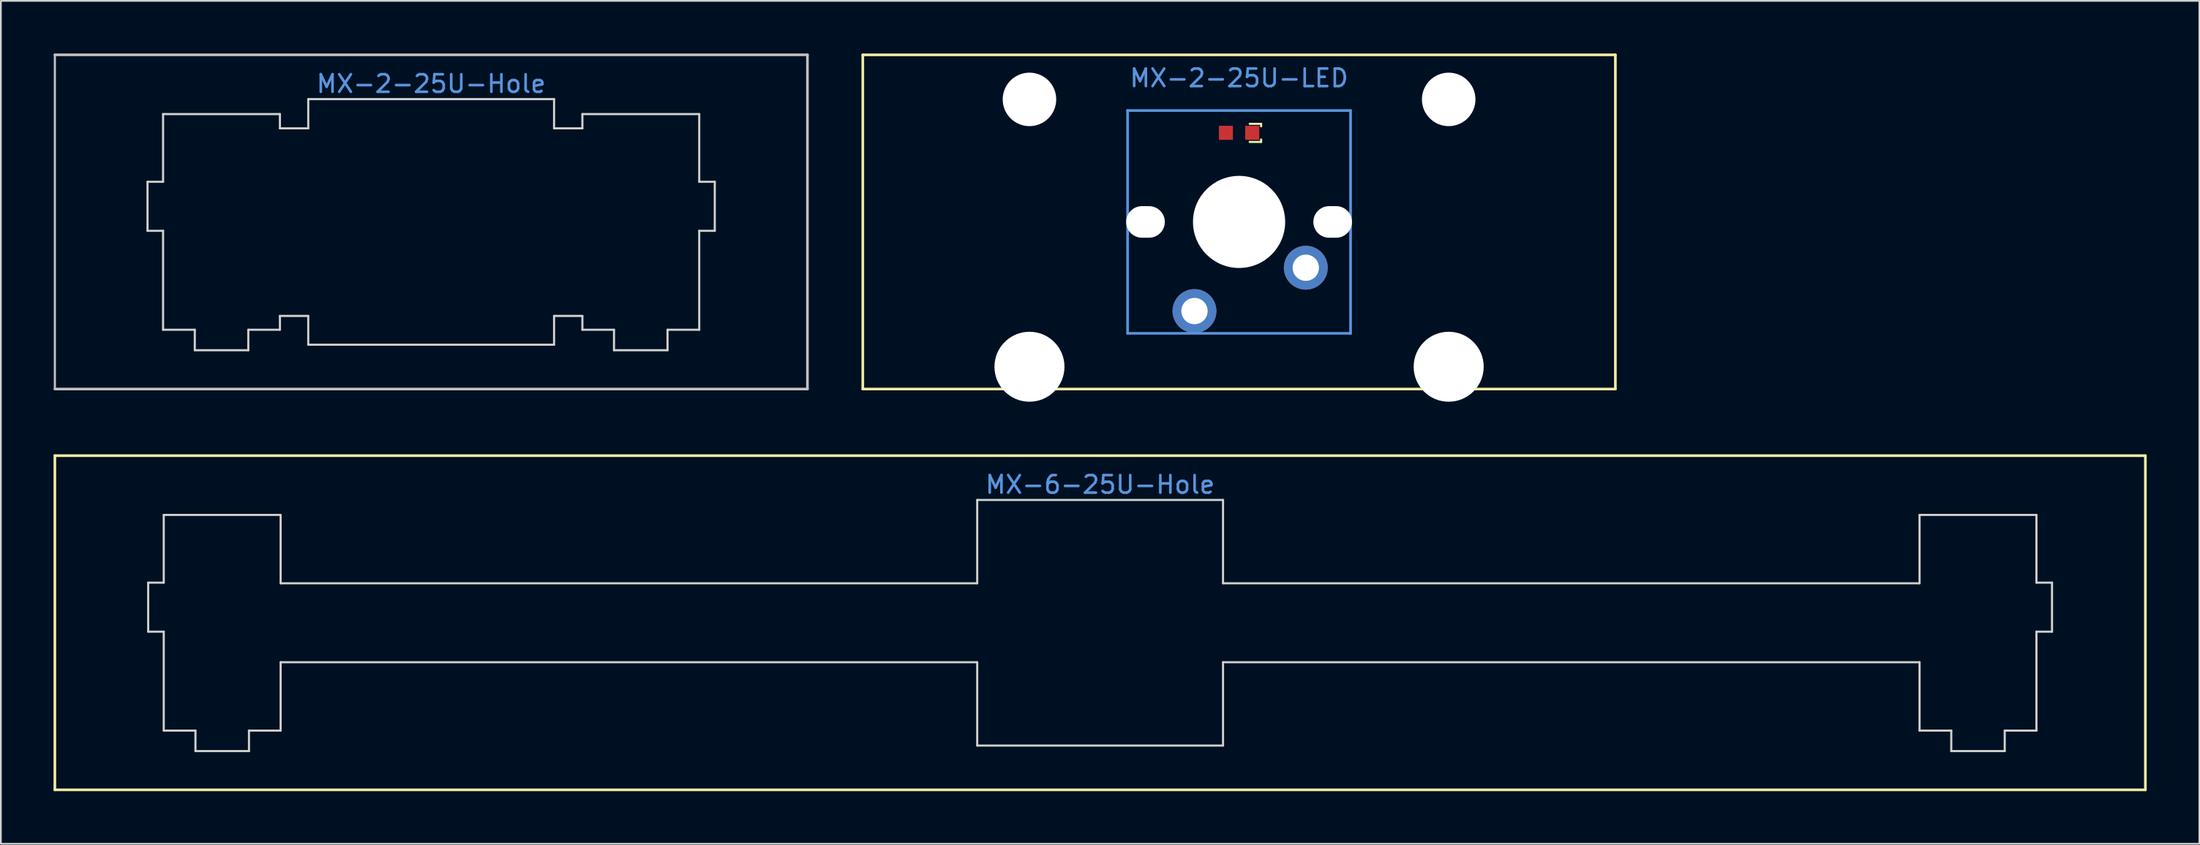
<source format=kicad_pcb>
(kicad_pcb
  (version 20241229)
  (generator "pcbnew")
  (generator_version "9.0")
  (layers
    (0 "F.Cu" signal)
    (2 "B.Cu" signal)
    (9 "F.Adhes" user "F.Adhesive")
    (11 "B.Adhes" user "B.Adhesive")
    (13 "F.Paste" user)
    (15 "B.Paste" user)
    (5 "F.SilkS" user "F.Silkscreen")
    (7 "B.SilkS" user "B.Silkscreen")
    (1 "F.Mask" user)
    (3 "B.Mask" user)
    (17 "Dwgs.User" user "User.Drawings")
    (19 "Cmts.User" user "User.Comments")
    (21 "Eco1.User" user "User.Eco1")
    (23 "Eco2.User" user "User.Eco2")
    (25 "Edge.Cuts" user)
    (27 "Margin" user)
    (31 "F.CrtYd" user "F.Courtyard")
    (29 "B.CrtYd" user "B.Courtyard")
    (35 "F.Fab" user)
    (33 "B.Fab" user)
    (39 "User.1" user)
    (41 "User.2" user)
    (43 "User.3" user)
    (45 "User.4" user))
  (footprint "MX-2-25U-Hole"
    (layer "F.Cu")
    (at 21.506 9.6)
    (property "Reference" "MX-2-25U-Hole" (at 0 -7.874 0) (layer "Cmts.User") (effects (font (size 1 1) (thickness 0.15))))
    (attr through_hole)
    (fp_line (start -21.431 -9.525) (end -21.431 9.525) (stroke (width 0.12) (type solid)) (layer "Dwgs.User"))
    (fp_line (start -21.431 -9.525) (end 21.431 -9.525) (stroke (width 0.15) (type solid)) (layer "Dwgs.User"))
    (fp_line (start 21.431 -9.525) (end 21.431 9.525) (stroke (width 0.15) (type solid)) (layer "Dwgs.User"))
    (fp_line (start 21.431 9.525) (end -21.431 9.525) (stroke (width 0.15) (type solid)) (layer "Dwgs.User"))
    (fp_line (start -16.154 -2.286) (end -16.154 0.508) (stroke (width 0.12) (type solid)) (layer "Edge.Cuts"))
    (fp_line (start -15.268 -6.147) (end -15.268 -2.286) (stroke (width 0.12) (type solid)) (layer "Edge.Cuts"))
    (fp_line (start -15.268 -2.286) (end -16.154 -2.286) (stroke (width 0.12) (type solid)) (layer "Edge.Cuts"))
    (fp_line (start -15.268 0.508) (end -16.154 0.508) (stroke (width 0.12) (type solid)) (layer "Edge.Cuts"))
    (fp_line (start -15.268 0.508) (end -15.268 6.147) (stroke (width 0.12) (type solid)) (layer "Edge.Cuts"))
    (fp_line (start -13.462 6.147) (end -15.268 6.147) (stroke (width 0.12) (type solid)) (layer "Edge.Cuts"))
    (fp_line (start -13.462 6.147) (end -13.462 7.315) (stroke (width 0.12) (type solid)) (layer "Edge.Cuts"))
    (fp_line (start -10.414 6.147) (end -10.414 7.315) (stroke (width 0.12) (type solid)) (layer "Edge.Cuts"))
    (fp_line (start -10.414 7.315) (end -13.462 7.315) (stroke (width 0.12) (type solid)) (layer "Edge.Cuts"))
    (fp_line (start -8.613 -6.147) (end -15.268 -6.147) (stroke (width 0.12) (type solid)) (layer "Edge.Cuts"))
    (fp_line (start -8.613 -6.147) (end -8.613 -5.334) (stroke (width 0.12) (type default)) (layer "Edge.Cuts"))
    (fp_line (start -8.613 -5.334) (end -7 -5.334) (stroke (width 0.12) (type default)) (layer "Edge.Cuts"))
    (fp_line (start -8.613 5.359) (end -7 5.359) (stroke (width 0.12) (type default)) (layer "Edge.Cuts"))
    (fp_line (start -8.613 6.147) (end -10.414 6.147) (stroke (width 0.12) (type solid)) (layer "Edge.Cuts"))
    (fp_line (start -8.613 6.147) (end -8.613 5.359) (stroke (width 0.12) (type default)) (layer "Edge.Cuts"))
    (fp_line (start -7 -7) (end -7 -5.334) (stroke (width 0.12) (type solid)) (layer "Edge.Cuts"))
    (fp_line (start -7 -7) (end 7 -7) (stroke (width 0.12) (type solid)) (layer "Edge.Cuts"))
    (fp_line (start -7 7) (end -7 5.359) (stroke (width 0.12) (type solid)) (layer "Edge.Cuts"))
    (fp_line (start -7 7) (end 7 7) (stroke (width 0.12) (type solid)) (layer "Edge.Cuts"))
    (fp_line (start 7 -7) (end 7 -5.334) (stroke (width 0.12) (type solid)) (layer "Edge.Cuts"))
    (fp_line (start 7 7) (end 7 5.359) (stroke (width 0.12) (type solid)) (layer "Edge.Cuts"))
    (fp_line (start 8.613 -6.147) (end 8.613 -5.334) (stroke (width 0.12) (type default)) (layer "Edge.Cuts"))
    (fp_line (start 8.613 -6.147) (end 15.268 -6.147) (stroke (width 0.12) (type solid)) (layer "Edge.Cuts"))
    (fp_line (start 8.613 -5.334) (end 7 -5.334) (stroke (width 0.12) (type default)) (layer "Edge.Cuts"))
    (fp_line (start 8.613 5.359) (end 7 5.359) (stroke (width 0.12) (type default)) (layer "Edge.Cuts"))
    (fp_line (start 8.613 6.147) (end 8.613 5.359) (stroke (width 0.12) (type default)) (layer "Edge.Cuts"))
    (fp_line (start 8.613 6.147) (end 10.414 6.147) (stroke (width 0.12) (type solid)) (layer "Edge.Cuts"))
    (fp_line (start 10.414 6.147) (end 10.414 7.315) (stroke (width 0.12) (type solid)) (layer "Edge.Cuts"))
    (fp_line (start 10.414 7.315) (end 13.462 7.315) (stroke (width 0.12) (type solid)) (layer "Edge.Cuts"))
    (fp_line (start 13.462 6.147) (end 13.462 7.315) (stroke (width 0.12) (type solid)) (layer "Edge.Cuts"))
    (fp_line (start 13.462 6.147) (end 15.268 6.147) (stroke (width 0.12) (type solid)) (layer "Edge.Cuts"))
    (fp_line (start 15.268 -6.147) (end 15.268 -2.286) (stroke (width 0.12) (type solid)) (layer "Edge.Cuts"))
    (fp_line (start 15.268 -2.286) (end 16.154 -2.286) (stroke (width 0.12) (type solid)) (layer "Edge.Cuts"))
    (fp_line (start 15.268 0.508) (end 15.268 6.147) (stroke (width 0.12) (type solid)) (layer "Edge.Cuts"))
    (fp_line (start 15.268 0.508) (end 16.154 0.508) (stroke (width 0.12) (type solid)) (layer "Edge.Cuts"))
    (fp_line (start 16.154 -2.286) (end 16.154 0.508) (stroke (width 0.12) (type solid)) (layer "Edge.Cuts")))
  (footprint "MX-2-25U-LED"
    (layer "F.Cu")
    (at 67.52 4.521)
    (property "Reference" "MX-2-25U-LED" (at 0 -3.12 0) (layer "Cmts.User") (effects (font (size 1 1) (thickness 0.15))))
    (attr smd)
    (fp_line (start -21.431 -4.445) (end 21.431 -4.445) (stroke (width 0.152) (type solid)) (layer "F.SilkS"))
    (fp_line (start -21.431 14.605) (end -21.431 -4.445) (stroke (width 0.152) (type solid)) (layer "F.SilkS"))
    (fp_line (start 0.605 -0.51) (end 1.255 -0.51) (stroke (width 0.12) (type solid)) (layer "F.SilkS"))
    (fp_line (start 0.605 0.52) (end 1.255 0.52) (stroke (width 0.12) (type solid)) (layer "F.SilkS"))
    (fp_line (start 1.255 -0.51) (end 1.255 -0.37) (stroke (width 0.12) (type solid)) (layer "F.SilkS"))
    (fp_line (start 1.255 0.52) (end 1.255 0.38) (stroke (width 0.12) (type solid)) (layer "F.SilkS"))
    (fp_line (start 21.431 -4.445) (end 21.431 14.605) (stroke (width 0.152) (type solid)) (layer "F.SilkS"))
    (fp_line (start 21.431 14.605) (end -21.431 14.605) (stroke (width 0.152) (type solid)) (layer "F.SilkS"))
    (fp_line (start -6.35 -1.27) (end 6.35 -1.27) (stroke (width 0.152) (type solid)) (layer "Cmts.User"))
    (fp_line (start -6.35 11.43) (end -6.35 -1.27) (stroke (width 0.152) (type solid)) (layer "Cmts.User"))
    (fp_line (start 6.35 -1.27) (end 6.35 11.43) (stroke (width 0.152) (type solid)) (layer "Cmts.User"))
    (fp_line (start 6.35 11.43) (end -6.35 11.43) (stroke (width 0.152) (type solid)) (layer "Cmts.User"))
    (pad "" np_thru_hole circle (at -11.938 -1.905 180) (size 3.048 3.048) (drill 3.048) (layers "*.Cu" "*.Mask"))
    (pad "" np_thru_hole circle (at -11.938 13.335 180) (size 3.988 3.988) (drill 3.988) (layers "*.Cu" "*.Mask"))
    (pad "" np_thru_hole oval (at -5.33 5.08 270) (size 1.8 2.2) (drill oval 1.8 2.2) (layers "*.Cu" "*.Mask"))
    (pad "" np_thru_hole circle (at 0 5.08 180) (size 5.25 5.25) (drill 5.25) (layers "*.Cu" "*.Mask"))
    (pad "" np_thru_hole oval (at 5.33 5.08 270) (size 1.8 2.2) (drill oval 1.8 2.2) (layers "*.Cu" "*.Mask"))
    (pad "" np_thru_hole circle (at 11.938 -1.905 180) (size 3.048 3.048) (drill 3.048) (layers "*.Cu" "*.Mask"))
    (pad "" np_thru_hole circle (at 11.938 13.335 180) (size 3.988 3.988) (drill 3.988) (layers "*.Cu" "*.Mask"))
    (pad "1" thru_hole circle (at -2.54 10.16 90) (size 2.5 2.5) (drill 1.499) (layers "*.Cu" "*.Mask"))
    (pad "2" thru_hole circle (at 3.8 7.69 225) (size 2.5 2.5) (drill 1.499) (layers "*.Cu" "*.Mask"))
    (pad "3" smd rect (at 0.75 0 90) (size 0.8 0.8) (layers "F.Cu" "F.Mask" "F.Paste"))
    (pad "4" smd rect (at -0.75 0 90) (size 0.8 0.8) (layers "F.Cu" "F.Mask" "F.Paste")))
  (footprint "MX-6-25U-Hole"
    (layer "F.Cu")
    (at 59.606 32.45)
    (property "Reference" "MX-6-25U-Hole" (at 0 -7.874 0) (layer "Cmts.User") (effects (font (size 1 1) (thickness 0.15))))
    (attr through_hole)
    (fp_line (start -59.531 -9.525) (end 59.531 -9.525) (stroke (width 0.15) (type solid)) (layer "F.SilkS"))
    (fp_line (start -59.531 9.525) (end -59.531 -9.525) (stroke (width 0.15) (type solid)) (layer "F.SilkS"))
    (fp_line (start 59.531 -9.525) (end 59.531 9.525) (stroke (width 0.15) (type solid)) (layer "F.SilkS"))
    (fp_line (start 59.531 9.525) (end -59.531 9.525) (stroke (width 0.15) (type solid)) (layer "F.SilkS"))
    (fp_line (start -54.216 -2.286) (end -54.216 0.508) (stroke (width 0.12) (type solid)) (layer "Edge.Cuts"))
    (fp_line (start -53.33 -6.147) (end -53.33 -2.286) (stroke (width 0.12) (type solid)) (layer "Edge.Cuts"))
    (fp_line (start -53.33 -2.286) (end -54.216 -2.286) (stroke (width 0.12) (type solid)) (layer "Edge.Cuts"))
    (fp_line (start -53.33 0.508) (end -54.216 0.508) (stroke (width 0.12) (type solid)) (layer "Edge.Cuts"))
    (fp_line (start -53.33 0.508) (end -53.33 6.147) (stroke (width 0.12) (type solid)) (layer "Edge.Cuts"))
    (fp_line (start -51.524 6.147) (end -53.33 6.147) (stroke (width 0.12) (type solid)) (layer "Edge.Cuts"))
    (fp_line (start -51.524 6.147) (end -51.524 7.315) (stroke (width 0.12) (type solid)) (layer "Edge.Cuts"))
    (fp_line (start -48.476 6.147) (end -48.476 7.315) (stroke (width 0.12) (type solid)) (layer "Edge.Cuts"))
    (fp_line (start -48.476 7.315) (end -51.524 7.315) (stroke (width 0.12) (type solid)) (layer "Edge.Cuts"))
    (fp_line (start -46.673 -6.147) (end -53.327 -6.147) (stroke (width 0.12) (type solid)) (layer "Edge.Cuts"))
    (fp_line (start -46.673 -6.147) (end -46.673 -2.25) (stroke (width 0.12) (type solid)) (layer "Edge.Cuts"))
    (fp_line (start -46.673 -2.25) (end -7 -2.25) (stroke (width 0.12) (type solid)) (layer "Edge.Cuts"))
    (fp_line (start -46.673 2.25) (end -7 2.25) (stroke (width 0.12) (type solid)) (layer "Edge.Cuts"))
    (fp_line (start -46.673 6.147) (end -48.479 6.147) (stroke (width 0.12) (type solid)) (layer "Edge.Cuts"))
    (fp_line (start -46.673 6.147) (end -46.673 2.25) (stroke (width 0.12) (type solid)) (layer "Edge.Cuts"))
    (fp_line (start -7 -7) (end -7 -2.25) (stroke (width 0.12) (type solid)) (layer "Edge.Cuts"))
    (fp_line (start -7 -7) (end 7 -7) (stroke (width 0.12) (type solid)) (layer "Edge.Cuts"))
    (fp_line (start -7 7) (end -7 2.25) (stroke (width 0.12) (type solid)) (layer "Edge.Cuts"))
    (fp_line (start -7 7) (end 7 7) (stroke (width 0.12) (type solid)) (layer "Edge.Cuts"))
    (fp_line (start 7 -7) (end 7 -2.25) (stroke (width 0.12) (type solid)) (layer "Edge.Cuts"))
    (fp_line (start 7 7) (end 7 2.25) (stroke (width 0.12) (type solid)) (layer "Edge.Cuts"))
    (fp_line (start 46.67 -6.147) (end 46.67 -2.25) (stroke (width 0.12) (type solid)) (layer "Edge.Cuts"))
    (fp_line (start 46.67 -2.25) (end 7 -2.25) (stroke (width 0.12) (type solid)) (layer "Edge.Cuts"))
    (fp_line (start 46.67 2.25) (end 7 2.25) (stroke (width 0.12) (type solid)) (layer "Edge.Cuts"))
    (fp_line (start 46.67 6.147) (end 46.67 2.25) (stroke (width 0.12) (type solid)) (layer "Edge.Cuts"))
    (fp_line (start 46.67 6.147) (end 48.476 6.147) (stroke (width 0.12) (type solid)) (layer "Edge.Cuts"))
    (fp_line (start 46.673 -6.147) (end 53.327 -6.147) (stroke (width 0.12) (type solid)) (layer "Edge.Cuts"))
    (fp_line (start 48.476 6.147) (end 48.476 7.315) (stroke (width 0.12) (type solid)) (layer "Edge.Cuts"))
    (fp_line (start 48.476 7.315) (end 51.521 7.315) (stroke (width 0.12) (type solid)) (layer "Edge.Cuts"))
    (fp_line (start 51.521 6.147) (end 51.521 7.315) (stroke (width 0.12) (type solid)) (layer "Edge.Cuts"))
    (fp_line (start 51.521 6.147) (end 53.327 6.147) (stroke (width 0.12) (type solid)) (layer "Edge.Cuts"))
    (fp_line (start 53.327 -6.147) (end 53.327 -2.286) (stroke (width 0.12) (type solid)) (layer "Edge.Cuts"))
    (fp_line (start 53.327 -2.286) (end 54.214 -2.286) (stroke (width 0.12) (type solid)) (layer "Edge.Cuts"))
    (fp_line (start 53.327 0.508) (end 53.327 6.147) (stroke (width 0.12) (type solid)) (layer "Edge.Cuts"))
    (fp_line (start 53.327 0.508) (end 54.214 0.508) (stroke (width 0.12) (type solid)) (layer "Edge.Cuts"))
    (fp_line (start 54.214 -2.286) (end 54.214 0.508) (stroke (width 0.12) (type solid)) (layer "Edge.Cuts")))
  (gr_rect
    (start -3 -3)
    (end 122.213 45.05)
    (stroke (width 0.1) (type default))
    (fill no)
    (layer "Edge.Cuts")))
</source>
